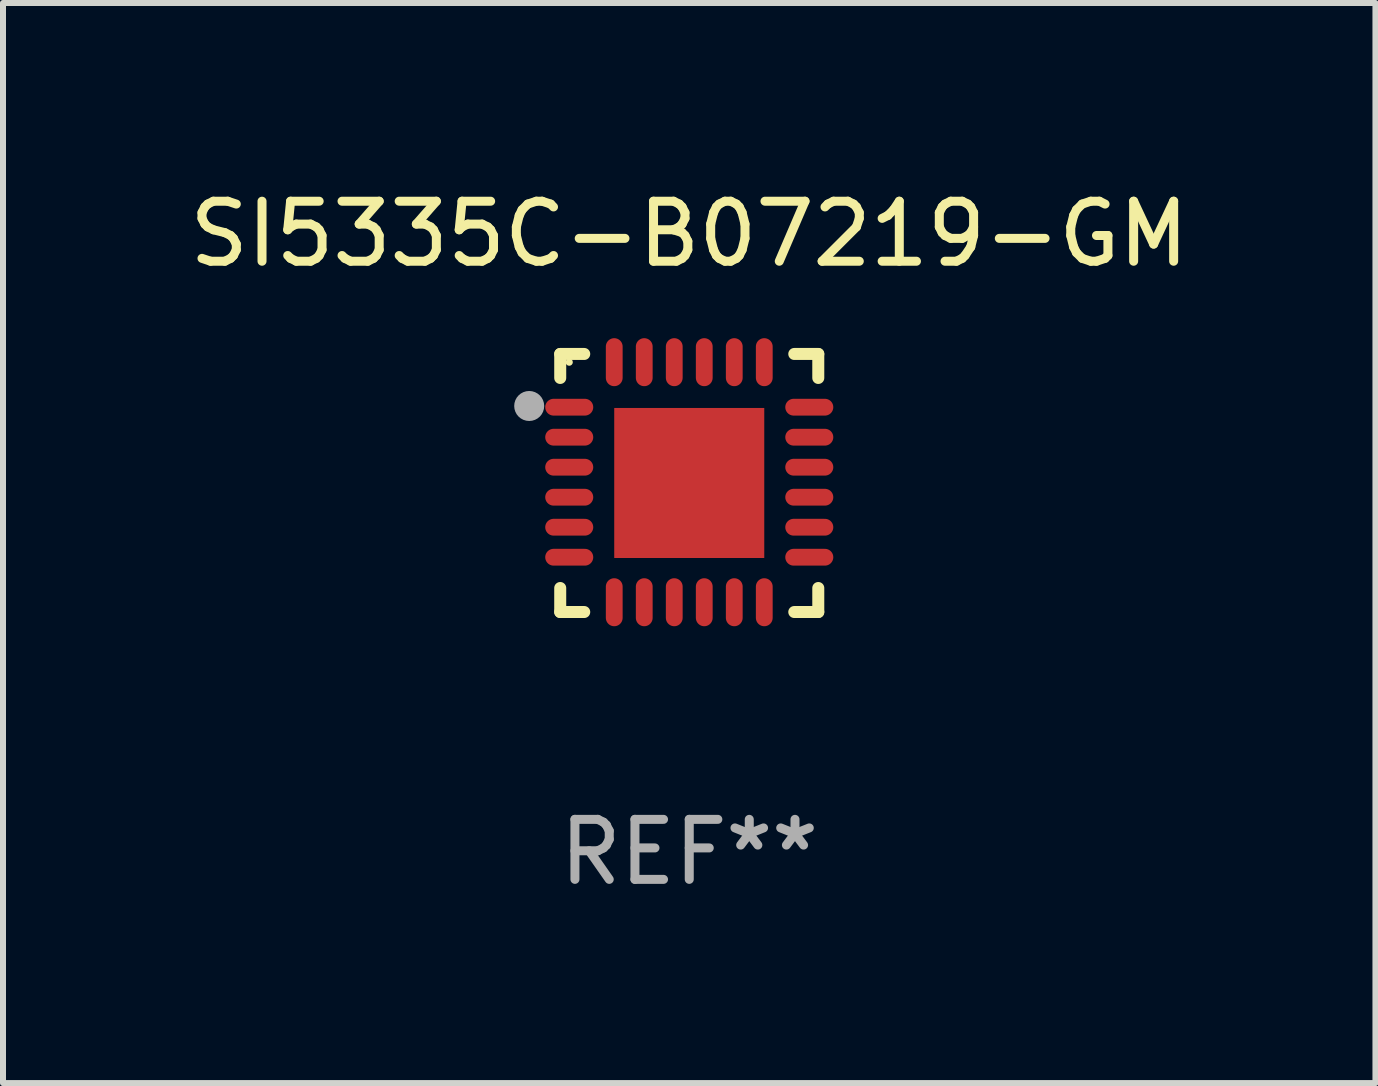
<source format=kicad_pcb>
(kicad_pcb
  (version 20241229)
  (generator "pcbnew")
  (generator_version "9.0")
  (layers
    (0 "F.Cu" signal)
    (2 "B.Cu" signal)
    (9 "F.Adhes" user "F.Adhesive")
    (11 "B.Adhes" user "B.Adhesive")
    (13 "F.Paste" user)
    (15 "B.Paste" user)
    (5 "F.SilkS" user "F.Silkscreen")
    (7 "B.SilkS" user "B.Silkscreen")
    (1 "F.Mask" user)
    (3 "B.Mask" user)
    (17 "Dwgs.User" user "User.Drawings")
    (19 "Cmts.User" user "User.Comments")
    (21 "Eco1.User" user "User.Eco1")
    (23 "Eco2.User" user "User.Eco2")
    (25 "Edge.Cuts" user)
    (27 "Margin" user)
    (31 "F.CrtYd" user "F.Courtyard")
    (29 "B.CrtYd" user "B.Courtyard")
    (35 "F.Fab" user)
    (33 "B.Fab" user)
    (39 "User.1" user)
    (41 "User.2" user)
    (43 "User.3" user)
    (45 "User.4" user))
  (footprint "SI5335C-B07219-GM"
    (layer "F.Cu")
    (at 8.435 4.998)
    (property "Reference" "SI5335C-B07219-GM" (at 0 -4.15 0) (layer "F.SilkS") (effects (font (size 1 1) (thickness 0.15))))
    (attr through_hole)
    (fp_line (start -2.15 -2.15) (end -1.75 -2.15) (stroke (width 0.2) (type solid)) (layer "F.SilkS"))
    (fp_line (start -2.15 -1.75) (end -2.15 -2.15) (stroke (width 0.2) (type solid)) (layer "F.SilkS"))
    (fp_line (start -2.15 2.15) (end -2.15 1.75) (stroke (width 0.2) (type solid)) (layer "F.SilkS"))
    (fp_line (start -1.75 2.15) (end -2.15 2.15) (stroke (width 0.2) (type solid)) (layer "F.SilkS"))
    (fp_line (start 1.75 -2.15) (end 2.15 -2.15) (stroke (width 0.2) (type solid)) (layer "F.SilkS"))
    (fp_line (start 1.75 2.15) (end 2.15 2.15) (stroke (width 0.2) (type solid)) (layer "F.SilkS"))
    (fp_line (start 2.15 -2.15) (end 2.15 -1.75) (stroke (width 0.2) (type solid)) (layer "F.SilkS"))
    (fp_line (start 2.15 2.15) (end 2.15 1.75) (stroke (width 0.2) (type solid)) (layer "F.SilkS"))
    (fp_circle (center -2 -2.013) (end -1.97 -2.013) (stroke (width 0.06) (type solid)) (fill no) (layer "F.SilkS"))
    (fp_circle (center -2.667 -1.283) (end -2.542 -1.283) (stroke (width 0.25) (type solid)) (fill no) (layer "F.Fab"))
    (fp_text user "REF**" (at 0 6.15 0) (layer "F.Fab") (effects (font (size 1 1) (thickness 0.15))))
    (pad "1" smd oval (at -2 -1.263) (size 0.8 0.28) (layers "F.Cu" "F.Mask" "F.Paste"))
    (pad "2" smd oval (at -2 -0.763) (size 0.8 0.28) (layers "F.Cu" "F.Mask" "F.Paste"))
    (pad "3" smd oval (at -2 -0.263) (size 0.8 0.28) (layers "F.Cu" "F.Mask" "F.Paste"))
    (pad "4" smd oval (at -2 0.237) (size 0.8 0.28) (layers "F.Cu" "F.Mask" "F.Paste"))
    (pad "5" smd oval (at -2 0.737) (size 0.8 0.28) (layers "F.Cu" "F.Mask" "F.Paste"))
    (pad "6" smd oval (at -2 1.237) (size 0.8 0.28) (layers "F.Cu" "F.Mask" "F.Paste"))
    (pad "7" smd oval (at -1.25 1.987) (size 0.28 0.8) (layers "F.Cu" "F.Mask" "F.Paste"))
    (pad "8" smd oval (at -0.75 1.987) (size 0.28 0.8) (layers "F.Cu" "F.Mask" "F.Paste"))
    (pad "9" smd oval (at -0.25 1.987) (size 0.28 0.8) (layers "F.Cu" "F.Mask" "F.Paste"))
    (pad "10" smd oval (at 0.25 1.987) (size 0.28 0.8) (layers "F.Cu" "F.Mask" "F.Paste"))
    (pad "11" smd oval (at 0.75 1.987) (size 0.28 0.8) (layers "F.Cu" "F.Mask" "F.Paste"))
    (pad "12" smd oval (at 1.25 1.987) (size 0.28 0.8) (layers "F.Cu" "F.Mask" "F.Paste"))
    (pad "13" smd oval (at 2 1.237) (size 0.8 0.28) (layers "F.Cu" "F.Mask" "F.Paste"))
    (pad "14" smd oval (at 2 0.737) (size 0.8 0.28) (layers "F.Cu" "F.Mask" "F.Paste"))
    (pad "15" smd oval (at 2 0.237) (size 0.8 0.28) (layers "F.Cu" "F.Mask" "F.Paste"))
    (pad "16" smd oval (at 2 -0.263) (size 0.8 0.28) (layers "F.Cu" "F.Mask" "F.Paste"))
    (pad "17" smd oval (at 2 -0.763) (size 0.8 0.28) (layers "F.Cu" "F.Mask" "F.Paste"))
    (pad "18" smd oval (at 2 -1.263) (size 0.8 0.28) (layers "F.Cu" "F.Mask" "F.Paste"))
    (pad "19" smd oval (at 1.25 -2.013) (size 0.28 0.8) (layers "F.Cu" "F.Mask" "F.Paste"))
    (pad "20" smd oval (at 0.75 -2.013) (size 0.28 0.8) (layers "F.Cu" "F.Mask" "F.Paste"))
    (pad "21" smd oval (at 0.25 -2.013) (size 0.28 0.8) (layers "F.Cu" "F.Mask" "F.Paste"))
    (pad "22" smd oval (at -0.25 -2.013) (size 0.28 0.8) (layers "F.Cu" "F.Mask" "F.Paste"))
    (pad "23" smd oval (at -0.75 -2.013) (size 0.28 0.8) (layers "F.Cu" "F.Mask" "F.Paste"))
    (pad "24" smd oval (at -1.25 -2.013) (size 0.28 0.8) (layers "F.Cu" "F.Mask" "F.Paste"))
    (pad "25" smd rect (at -0.000127 -0.00014) (size 2.5 2.5) (layers "F.Cu" "F.Mask" "F.Paste")))
  (gr_rect
    (start -3 -3)
    (end 19.869 14.997)
    (stroke (width 0.1) (type default))
    (fill no)
    (layer "Edge.Cuts")))
</source>
